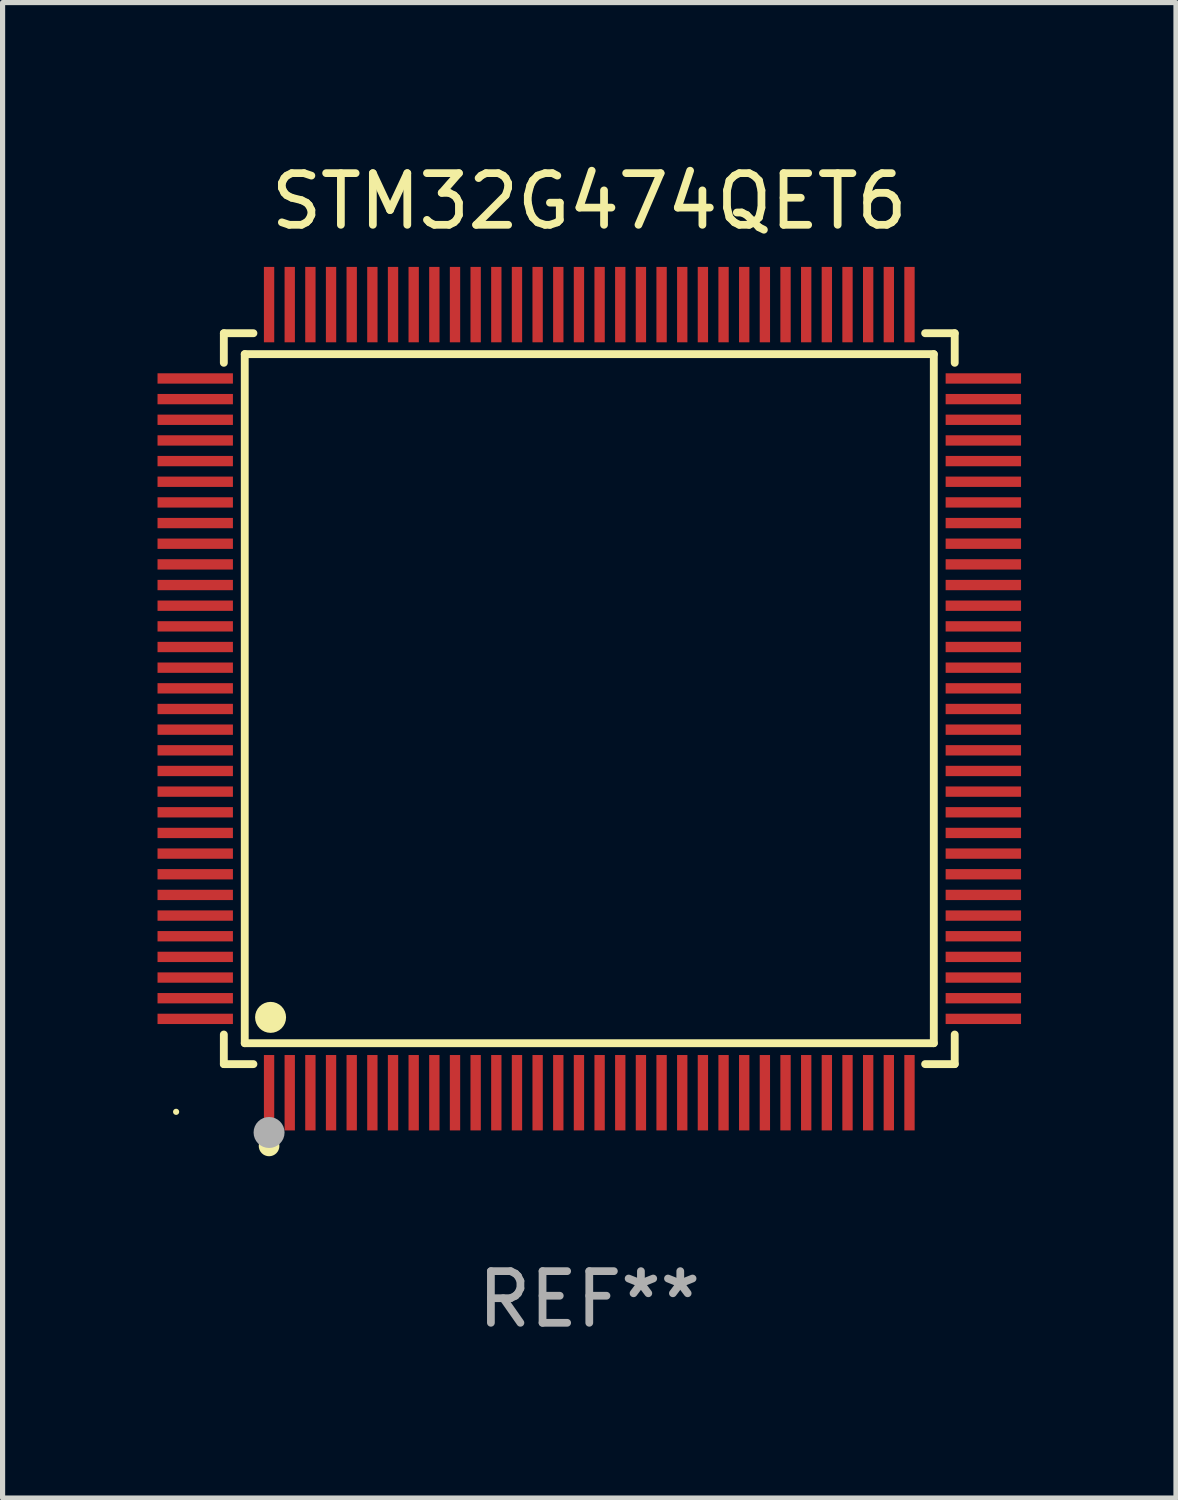
<source format=kicad_pcb>
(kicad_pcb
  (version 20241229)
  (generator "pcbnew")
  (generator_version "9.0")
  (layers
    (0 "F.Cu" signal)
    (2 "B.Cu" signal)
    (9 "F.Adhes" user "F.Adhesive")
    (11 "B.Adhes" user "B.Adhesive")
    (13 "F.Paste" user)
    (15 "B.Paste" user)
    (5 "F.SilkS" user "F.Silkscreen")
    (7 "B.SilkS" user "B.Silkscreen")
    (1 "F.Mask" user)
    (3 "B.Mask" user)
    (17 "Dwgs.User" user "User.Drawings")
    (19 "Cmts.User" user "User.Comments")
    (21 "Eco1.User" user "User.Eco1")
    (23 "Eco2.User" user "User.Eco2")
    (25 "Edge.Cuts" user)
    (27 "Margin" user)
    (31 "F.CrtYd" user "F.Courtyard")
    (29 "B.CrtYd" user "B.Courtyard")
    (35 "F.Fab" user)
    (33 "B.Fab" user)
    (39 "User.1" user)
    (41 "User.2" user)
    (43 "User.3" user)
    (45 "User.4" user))
  (footprint "STM32G474QET6"
    (layer "F.Cu")
    (at 8.36 10.478)
    (property "Reference" "STM32G474QET6" (at 0 -9.63 0) (layer "F.SilkS") (effects (font (size 1 1) (thickness 0.15))))
    (attr through_hole)
    (fp_line (start -7.076 -7.076) (end -6.503 -7.076) (stroke (width 0.152) (type solid)) (layer "F.SilkS"))
    (fp_line (start -7.076 -6.503) (end -7.076 -7.076) (stroke (width 0.152) (type solid)) (layer "F.SilkS"))
    (fp_line (start -7.076 6.503) (end -7.076 7.076) (stroke (width 0.152) (type solid)) (layer "F.SilkS"))
    (fp_line (start -7.076 7.076) (end -6.503 7.076) (stroke (width 0.152) (type solid)) (layer "F.SilkS"))
    (fp_line (start -6.671 -6.671) (end 6.671 -6.671) (stroke (width 0.152) (type solid)) (layer "F.SilkS"))
    (fp_line (start -6.671 6.671) (end -6.671 -6.671) (stroke (width 0.152) (type solid)) (layer "F.SilkS"))
    (fp_line (start 6.671 -6.671) (end 6.671 6.671) (stroke (width 0.152) (type solid)) (layer "F.SilkS"))
    (fp_line (start 6.671 6.671) (end -6.671 6.671) (stroke (width 0.152) (type solid)) (layer "F.SilkS"))
    (fp_line (start 7.076 -7.076) (end 6.503 -7.076) (stroke (width 0.152) (type solid)) (layer "F.SilkS"))
    (fp_line (start 7.076 -6.503) (end 7.076 -7.076) (stroke (width 0.152) (type solid)) (layer "F.SilkS"))
    (fp_line (start 7.076 6.503) (end 7.076 7.076) (stroke (width 0.152) (type solid)) (layer "F.SilkS"))
    (fp_line (start 7.076 7.076) (end 6.503 7.076) (stroke (width 0.152) (type solid)) (layer "F.SilkS"))
    (fp_circle (center -8 8) (end -7.97 8) (stroke (width 0.06) (type solid)) (fill no) (layer "F.SilkS"))
    (fp_circle (center -6.2 8.66) (end -6.1 8.66) (stroke (width 0.2) (type solid)) (fill no) (layer "F.SilkS"))
    (fp_circle (center -6.171 6.171) (end -6.021 6.171) (stroke (width 0.3) (type solid)) (fill no) (layer "F.SilkS"))
    (fp_circle (center -6.2 8.4) (end -6.05 8.4) (stroke (width 0.3) (type solid)) (fill no) (layer "F.Fab"))
    (fp_text user "REF**" (at 0 11.63 0) (layer "F.Fab") (effects (font (size 1 1) (thickness 0.15))))
    (pad "1" smd rect (at -6.2 7.63) (size 0.2 1.46) (layers "F.Cu" "F.Mask" "F.Paste"))
    (pad "2" smd rect (at -5.8 7.63) (size 0.2 1.46) (layers "F.Cu" "F.Mask" "F.Paste"))
    (pad "3" smd rect (at -5.4 7.63) (size 0.2 1.46) (layers "F.Cu" "F.Mask" "F.Paste"))
    (pad "4" smd rect (at -5 7.63) (size 0.2 1.46) (layers "F.Cu" "F.Mask" "F.Paste"))
    (pad "5" smd rect (at -4.6 7.63) (size 0.2 1.46) (layers "F.Cu" "F.Mask" "F.Paste"))
    (pad "6" smd rect (at -4.2 7.63) (size 0.2 1.46) (layers "F.Cu" "F.Mask" "F.Paste"))
    (pad "7" smd rect (at -3.8 7.63) (size 0.2 1.46) (layers "F.Cu" "F.Mask" "F.Paste"))
    (pad "8" smd rect (at -3.4 7.63) (size 0.2 1.46) (layers "F.Cu" "F.Mask" "F.Paste"))
    (pad "9" smd rect (at -3 7.63) (size 0.2 1.46) (layers "F.Cu" "F.Mask" "F.Paste"))
    (pad "10" smd rect (at -2.6 7.63) (size 0.2 1.46) (layers "F.Cu" "F.Mask" "F.Paste"))
    (pad "11" smd rect (at -2.2 7.63) (size 0.2 1.46) (layers "F.Cu" "F.Mask" "F.Paste"))
    (pad "12" smd rect (at -1.8 7.63) (size 0.2 1.46) (layers "F.Cu" "F.Mask" "F.Paste"))
    (pad "13" smd rect (at -1.4 7.63) (size 0.2 1.46) (layers "F.Cu" "F.Mask" "F.Paste"))
    (pad "14" smd rect (at -1 7.63) (size 0.2 1.46) (layers "F.Cu" "F.Mask" "F.Paste"))
    (pad "15" smd rect (at -0.6 7.63) (size 0.2 1.46) (layers "F.Cu" "F.Mask" "F.Paste"))
    (pad "16" smd rect (at -0.2 7.63) (size 0.2 1.46) (layers "F.Cu" "F.Mask" "F.Paste"))
    (pad "17" smd rect (at 0.2 7.63) (size 0.2 1.46) (layers "F.Cu" "F.Mask" "F.Paste"))
    (pad "18" smd rect (at 0.6 7.63) (size 0.2 1.46) (layers "F.Cu" "F.Mask" "F.Paste"))
    (pad "19" smd rect (at 1 7.63) (size 0.2 1.46) (layers "F.Cu" "F.Mask" "F.Paste"))
    (pad "20" smd rect (at 1.4 7.63) (size 0.2 1.46) (layers "F.Cu" "F.Mask" "F.Paste"))
    (pad "21" smd rect (at 1.8 7.63) (size 0.2 1.46) (layers "F.Cu" "F.Mask" "F.Paste"))
    (pad "22" smd rect (at 2.2 7.63) (size 0.2 1.46) (layers "F.Cu" "F.Mask" "F.Paste"))
    (pad "23" smd rect (at 2.6 7.63) (size 0.2 1.46) (layers "F.Cu" "F.Mask" "F.Paste"))
    (pad "24" smd rect (at 3 7.63) (size 0.2 1.46) (layers "F.Cu" "F.Mask" "F.Paste"))
    (pad "25" smd rect (at 3.4 7.63) (size 0.2 1.46) (layers "F.Cu" "F.Mask" "F.Paste"))
    (pad "26" smd rect (at 3.8 7.63) (size 0.2 1.46) (layers "F.Cu" "F.Mask" "F.Paste"))
    (pad "27" smd rect (at 4.2 7.63) (size 0.2 1.46) (layers "F.Cu" "F.Mask" "F.Paste"))
    (pad "28" smd rect (at 4.6 7.63) (size 0.2 1.46) (layers "F.Cu" "F.Mask" "F.Paste"))
    (pad "29" smd rect (at 5 7.63) (size 0.2 1.46) (layers "F.Cu" "F.Mask" "F.Paste"))
    (pad "30" smd rect (at 5.4 7.63) (size 0.2 1.46) (layers "F.Cu" "F.Mask" "F.Paste"))
    (pad "31" smd rect (at 5.8 7.63) (size 0.2 1.46) (layers "F.Cu" "F.Mask" "F.Paste"))
    (pad "32" smd rect (at 6.2 7.63) (size 0.2 1.46) (layers "F.Cu" "F.Mask" "F.Paste"))
    (pad "33" smd rect (at 7.63 6.2) (size 1.46 0.2) (layers "F.Cu" "F.Mask" "F.Paste"))
    (pad "34" smd rect (at 7.63 5.8) (size 1.46 0.2) (layers "F.Cu" "F.Mask" "F.Paste"))
    (pad "35" smd rect (at 7.63 5.4) (size 1.46 0.2) (layers "F.Cu" "F.Mask" "F.Paste"))
    (pad "36" smd rect (at 7.63 5) (size 1.46 0.2) (layers "F.Cu" "F.Mask" "F.Paste"))
    (pad "37" smd rect (at 7.63 4.6) (size 1.46 0.2) (layers "F.Cu" "F.Mask" "F.Paste"))
    (pad "38" smd rect (at 7.63 4.2) (size 1.46 0.2) (layers "F.Cu" "F.Mask" "F.Paste"))
    (pad "39" smd rect (at 7.63 3.8) (size 1.46 0.2) (layers "F.Cu" "F.Mask" "F.Paste"))
    (pad "40" smd rect (at 7.63 3.4) (size 1.46 0.2) (layers "F.Cu" "F.Mask" "F.Paste"))
    (pad "41" smd rect (at 7.63 3) (size 1.46 0.2) (layers "F.Cu" "F.Mask" "F.Paste"))
    (pad "42" smd rect (at 7.63 2.6) (size 1.46 0.2) (layers "F.Cu" "F.Mask" "F.Paste"))
    (pad "43" smd rect (at 7.63 2.2) (size 1.46 0.2) (layers "F.Cu" "F.Mask" "F.Paste"))
    (pad "44" smd rect (at 7.63 1.8) (size 1.46 0.2) (layers "F.Cu" "F.Mask" "F.Paste"))
    (pad "45" smd rect (at 7.63 1.4) (size 1.46 0.2) (layers "F.Cu" "F.Mask" "F.Paste"))
    (pad "46" smd rect (at 7.63 1) (size 1.46 0.2) (layers "F.Cu" "F.Mask" "F.Paste"))
    (pad "47" smd rect (at 7.63 0.6) (size 1.46 0.2) (layers "F.Cu" "F.Mask" "F.Paste"))
    (pad "48" smd rect (at 7.63 0.2) (size 1.46 0.2) (layers "F.Cu" "F.Mask" "F.Paste"))
    (pad "49" smd rect (at 7.63 -0.2) (size 1.46 0.2) (layers "F.Cu" "F.Mask" "F.Paste"))
    (pad "50" smd rect (at 7.63 -0.6) (size 1.46 0.2) (layers "F.Cu" "F.Mask" "F.Paste"))
    (pad "51" smd rect (at 7.63 -1) (size 1.46 0.2) (layers "F.Cu" "F.Mask" "F.Paste"))
    (pad "52" smd rect (at 7.63 -1.4) (size 1.46 0.2) (layers "F.Cu" "F.Mask" "F.Paste"))
    (pad "53" smd rect (at 7.63 -1.8) (size 1.46 0.2) (layers "F.Cu" "F.Mask" "F.Paste"))
    (pad "54" smd rect (at 7.63 -2.2) (size 1.46 0.2) (layers "F.Cu" "F.Mask" "F.Paste"))
    (pad "55" smd rect (at 7.63 -2.6) (size 1.46 0.2) (layers "F.Cu" "F.Mask" "F.Paste"))
    (pad "56" smd rect (at 7.63 -3) (size 1.46 0.2) (layers "F.Cu" "F.Mask" "F.Paste"))
    (pad "57" smd rect (at 7.63 -3.4) (size 1.46 0.2) (layers "F.Cu" "F.Mask" "F.Paste"))
    (pad "58" smd rect (at 7.63 -3.8) (size 1.46 0.2) (layers "F.Cu" "F.Mask" "F.Paste"))
    (pad "59" smd rect (at 7.63 -4.2) (size 1.46 0.2) (layers "F.Cu" "F.Mask" "F.Paste"))
    (pad "60" smd rect (at 7.63 -4.6) (size 1.46 0.2) (layers "F.Cu" "F.Mask" "F.Paste"))
    (pad "61" smd rect (at 7.63 -5) (size 1.46 0.2) (layers "F.Cu" "F.Mask" "F.Paste"))
    (pad "62" smd rect (at 7.63 -5.4) (size 1.46 0.2) (layers "F.Cu" "F.Mask" "F.Paste"))
    (pad "63" smd rect (at 7.63 -5.8) (size 1.46 0.2) (layers "F.Cu" "F.Mask" "F.Paste"))
    (pad "64" smd rect (at 7.63 -6.2) (size 1.46 0.2) (layers "F.Cu" "F.Mask" "F.Paste"))
    (pad "65" smd rect (at 6.2 -7.63) (size 0.2 1.46) (layers "F.Cu" "F.Mask" "F.Paste"))
    (pad "66" smd rect (at 5.8 -7.63) (size 0.2 1.46) (layers "F.Cu" "F.Mask" "F.Paste"))
    (pad "67" smd rect (at 5.4 -7.63) (size 0.2 1.46) (layers "F.Cu" "F.Mask" "F.Paste"))
    (pad "68" smd rect (at 5 -7.63) (size 0.2 1.46) (layers "F.Cu" "F.Mask" "F.Paste"))
    (pad "69" smd rect (at 4.6 -7.63) (size 0.2 1.46) (layers "F.Cu" "F.Mask" "F.Paste"))
    (pad "70" smd rect (at 4.2 -7.63) (size 0.2 1.46) (layers "F.Cu" "F.Mask" "F.Paste"))
    (pad "71" smd rect (at 3.8 -7.63) (size 0.2 1.46) (layers "F.Cu" "F.Mask" "F.Paste"))
    (pad "72" smd rect (at 3.4 -7.63) (size 0.2 1.46) (layers "F.Cu" "F.Mask" "F.Paste"))
    (pad "73" smd rect (at 3 -7.63) (size 0.2 1.46) (layers "F.Cu" "F.Mask" "F.Paste"))
    (pad "74" smd rect (at 2.6 -7.63) (size 0.2 1.46) (layers "F.Cu" "F.Mask" "F.Paste"))
    (pad "75" smd rect (at 2.2 -7.63) (size 0.2 1.46) (layers "F.Cu" "F.Mask" "F.Paste"))
    (pad "76" smd rect (at 1.8 -7.63) (size 0.2 1.46) (layers "F.Cu" "F.Mask" "F.Paste"))
    (pad "77" smd rect (at 1.4 -7.63) (size 0.2 1.46) (layers "F.Cu" "F.Mask" "F.Paste"))
    (pad "78" smd rect (at 1 -7.63) (size 0.2 1.46) (layers "F.Cu" "F.Mask" "F.Paste"))
    (pad "79" smd rect (at 0.6 -7.63) (size 0.2 1.46) (layers "F.Cu" "F.Mask" "F.Paste"))
    (pad "80" smd rect (at 0.2 -7.63) (size 0.2 1.46) (layers "F.Cu" "F.Mask" "F.Paste"))
    (pad "81" smd rect (at -0.2 -7.63) (size 0.2 1.46) (layers "F.Cu" "F.Mask" "F.Paste"))
    (pad "82" smd rect (at -0.6 -7.63) (size 0.2 1.46) (layers "F.Cu" "F.Mask" "F.Paste"))
    (pad "83" smd rect (at -1 -7.63) (size 0.2 1.46) (layers "F.Cu" "F.Mask" "F.Paste"))
    (pad "84" smd rect (at -1.4 -7.63) (size 0.2 1.46) (layers "F.Cu" "F.Mask" "F.Paste"))
    (pad "85" smd rect (at -1.8 -7.63) (size 0.2 1.46) (layers "F.Cu" "F.Mask" "F.Paste"))
    (pad "86" smd rect (at -2.2 -7.63) (size 0.2 1.46) (layers "F.Cu" "F.Mask" "F.Paste"))
    (pad "87" smd rect (at -2.6 -7.63) (size 0.2 1.46) (layers "F.Cu" "F.Mask" "F.Paste"))
    (pad "88" smd rect (at -3 -7.63) (size 0.2 1.46) (layers "F.Cu" "F.Mask" "F.Paste"))
    (pad "89" smd rect (at -3.4 -7.63) (size 0.2 1.46) (layers "F.Cu" "F.Mask" "F.Paste"))
    (pad "90" smd rect (at -3.8 -7.63) (size 0.2 1.46) (layers "F.Cu" "F.Mask" "F.Paste"))
    (pad "91" smd rect (at -4.2 -7.63) (size 0.2 1.46) (layers "F.Cu" "F.Mask" "F.Paste"))
    (pad "92" smd rect (at -4.6 -7.63) (size 0.2 1.46) (layers "F.Cu" "F.Mask" "F.Paste"))
    (pad "93" smd rect (at -5 -7.63) (size 0.2 1.46) (layers "F.Cu" "F.Mask" "F.Paste"))
    (pad "94" smd rect (at -5.4 -7.63) (size 0.2 1.46) (layers "F.Cu" "F.Mask" "F.Paste"))
    (pad "95" smd rect (at -5.8 -7.63) (size 0.2 1.46) (layers "F.Cu" "F.Mask" "F.Paste"))
    (pad "96" smd rect (at -6.2 -7.63) (size 0.2 1.46) (layers "F.Cu" "F.Mask" "F.Paste"))
    (pad "97" smd rect (at -7.63 -6.2) (size 1.46 0.2) (layers "F.Cu" "F.Mask" "F.Paste"))
    (pad "98" smd rect (at -7.63 -5.8) (size 1.46 0.2) (layers "F.Cu" "F.Mask" "F.Paste"))
    (pad "99" smd rect (at -7.63 -5.4) (size 1.46 0.2) (layers "F.Cu" "F.Mask" "F.Paste"))
    (pad "100" smd rect (at -7.63 -5) (size 1.46 0.2) (layers "F.Cu" "F.Mask" "F.Paste"))
    (pad "101" smd rect (at -7.63 -4.6) (size 1.46 0.2) (layers "F.Cu" "F.Mask" "F.Paste"))
    (pad "102" smd rect (at -7.63 -4.2) (size 1.46 0.2) (layers "F.Cu" "F.Mask" "F.Paste"))
    (pad "103" smd rect (at -7.63 -3.8) (size 1.46 0.2) (layers "F.Cu" "F.Mask" "F.Paste"))
    (pad "104" smd rect (at -7.63 -3.4) (size 1.46 0.2) (layers "F.Cu" "F.Mask" "F.Paste"))
    (pad "105" smd rect (at -7.63 -3) (size 1.46 0.2) (layers "F.Cu" "F.Mask" "F.Paste"))
    (pad "106" smd rect (at -7.63 -2.6) (size 1.46 0.2) (layers "F.Cu" "F.Mask" "F.Paste"))
    (pad "107" smd rect (at -7.63 -2.2) (size 1.46 0.2) (layers "F.Cu" "F.Mask" "F.Paste"))
    (pad "108" smd rect (at -7.63 -1.8) (size 1.46 0.2) (layers "F.Cu" "F.Mask" "F.Paste"))
    (pad "109" smd rect (at -7.63 -1.4) (size 1.46 0.2) (layers "F.Cu" "F.Mask" "F.Paste"))
    (pad "110" smd rect (at -7.63 -1) (size 1.46 0.2) (layers "F.Cu" "F.Mask" "F.Paste"))
    (pad "111" smd rect (at -7.63 -0.6) (size 1.46 0.2) (layers "F.Cu" "F.Mask" "F.Paste"))
    (pad "112" smd rect (at -7.63 -0.2) (size 1.46 0.2) (layers "F.Cu" "F.Mask" "F.Paste"))
    (pad "113" smd rect (at -7.63 0.2) (size 1.46 0.2) (layers "F.Cu" "F.Mask" "F.Paste"))
    (pad "114" smd rect (at -7.63 0.6) (size 1.46 0.2) (layers "F.Cu" "F.Mask" "F.Paste"))
    (pad "115" smd rect (at -7.63 1) (size 1.46 0.2) (layers "F.Cu" "F.Mask" "F.Paste"))
    (pad "116" smd rect (at -7.63 1.4) (size 1.46 0.2) (layers "F.Cu" "F.Mask" "F.Paste"))
    (pad "117" smd rect (at -7.63 1.8) (size 1.46 0.2) (layers "F.Cu" "F.Mask" "F.Paste"))
    (pad "118" smd rect (at -7.63 2.2) (size 1.46 0.2) (layers "F.Cu" "F.Mask" "F.Paste"))
    (pad "119" smd rect (at -7.63 2.6) (size 1.46 0.2) (layers "F.Cu" "F.Mask" "F.Paste"))
    (pad "120" smd rect (at -7.63 3) (size 1.46 0.2) (layers "F.Cu" "F.Mask" "F.Paste"))
    (pad "121" smd rect (at -7.63 3.4) (size 1.46 0.2) (layers "F.Cu" "F.Mask" "F.Paste"))
    (pad "122" smd rect (at -7.63 3.8) (size 1.46 0.2) (layers "F.Cu" "F.Mask" "F.Paste"))
    (pad "123" smd rect (at -7.63 4.2) (size 1.46 0.2) (layers "F.Cu" "F.Mask" "F.Paste"))
    (pad "124" smd rect (at -7.63 4.6) (size 1.46 0.2) (layers "F.Cu" "F.Mask" "F.Paste"))
    (pad "125" smd rect (at -7.63 5) (size 1.46 0.2) (layers "F.Cu" "F.Mask" "F.Paste"))
    (pad "126" smd rect (at -7.63 5.4) (size 1.46 0.2) (layers "F.Cu" "F.Mask" "F.Paste"))
    (pad "127" smd rect (at -7.63 5.8) (size 1.46 0.2) (layers "F.Cu" "F.Mask" "F.Paste"))
    (pad "128" smd rect (at -7.63 6.2) (size 1.46 0.2) (layers "F.Cu" "F.Mask" "F.Paste")))
  (gr_rect
    (start -3 -3)
    (end 19.72 25.956)
    (stroke (width 0.1) (type default))
    (fill no)
    (layer "Edge.Cuts")))
</source>
